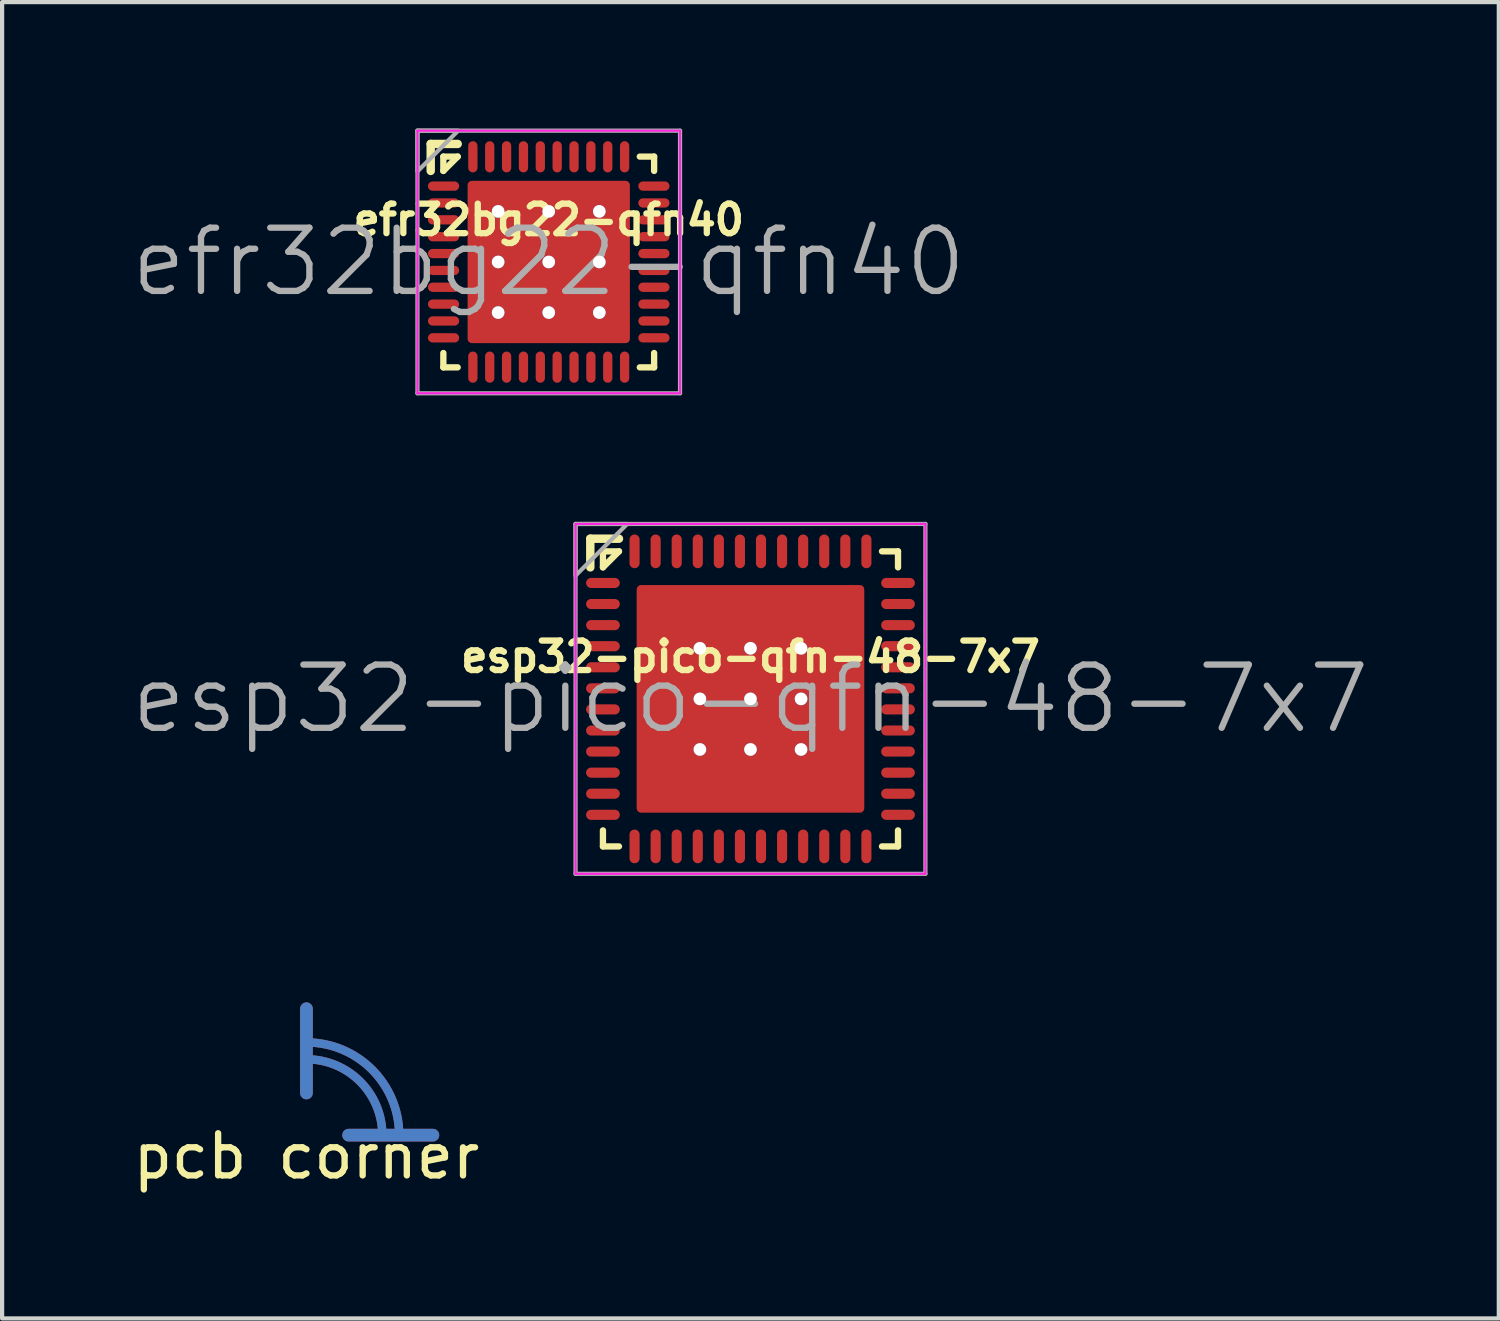
<source format=kicad_pcb>
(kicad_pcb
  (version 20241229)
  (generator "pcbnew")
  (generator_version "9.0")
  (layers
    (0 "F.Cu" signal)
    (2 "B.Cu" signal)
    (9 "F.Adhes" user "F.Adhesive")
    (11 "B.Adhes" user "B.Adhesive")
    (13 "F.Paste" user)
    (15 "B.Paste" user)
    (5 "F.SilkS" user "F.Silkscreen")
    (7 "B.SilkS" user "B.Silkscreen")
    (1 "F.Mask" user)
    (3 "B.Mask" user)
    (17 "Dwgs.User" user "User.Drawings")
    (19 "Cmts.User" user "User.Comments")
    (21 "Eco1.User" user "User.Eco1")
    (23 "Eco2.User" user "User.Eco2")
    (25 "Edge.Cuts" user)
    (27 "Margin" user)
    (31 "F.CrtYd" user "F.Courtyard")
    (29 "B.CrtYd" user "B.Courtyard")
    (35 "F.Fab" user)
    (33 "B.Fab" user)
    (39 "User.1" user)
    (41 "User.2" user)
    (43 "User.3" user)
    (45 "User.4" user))
  (footprint "pcb corner"
    (layer "F.Cu")
    (at 4.22 23.88)
    (property "Reference" "pcb corner" (at 0 0.5 0) (layer "F.SilkS") (effects (font (size 1 1) (thickness 0.15))))
    (attr through_hole)
    (fp_line (start 0 -3) (end 0 -1) (stroke (width 0.3) (type solid)) (layer "F.Cu"))
    (fp_line (start 1 0) (end 3 0) (stroke (width 0.3) (type solid)) (layer "F.Cu"))
    (fp_arc (start 0 -2.2) (mid 1.555635 -1.555635) (end 2.2 0) (stroke (width 0.2) (type solid)) (layer "F.Cu"))
    (fp_arc (start 0 -1.8) (mid 1.272792 -1.272792) (end 1.8 0) (stroke (width 0.2) (type solid)) (layer "F.Cu"))
    (fp_line (start 0 -3) (end 0 -1) (stroke (width 0.3) (type solid)) (layer "B.Cu"))
    (fp_line (start 1 0) (end 3 0) (stroke (width 0.3) (type solid)) (layer "B.Cu"))
    (fp_arc (start 0 -2.2) (mid 1.555635 -1.555635) (end 2.2 0) (stroke (width 0.2) (type solid)) (layer "B.Cu"))
    (fp_arc (start 0 -1.8) (mid 1.272792 -1.272792) (end 1.8 0) (stroke (width 0.2) (type solid)) (layer "B.Cu")))
  (footprint "esp32-pico-qfn-48-7x7"
    (layer "F.Cu")
    (at 14.754 13.53)
    (property "Reference" "esp32-pico-qfn-48-7x7" (at 0 -1 0) (layer "F.SilkS") (effects (font (size 0.7 0.7) (thickness 0.15))))
    (attr smd)
    (fp_line (start -3.8 -3.12) (end -3.8 -3.8) (stroke (width 0.2) (type solid)) (layer "F.SilkS"))
    (fp_line (start -3.5 -3.12) (end -3.5 -3.5) (stroke (width 0.15) (type solid)) (layer "F.SilkS"))
    (fp_line (start -3.5 -3.12) (end -3.12 -3.5) (stroke (width 0.15) (type solid)) (layer "F.SilkS"))
    (fp_line (start -3.5 3.12) (end -3.5 3.5) (stroke (width 0.15) (type solid)) (layer "F.SilkS"))
    (fp_line (start -3.12 -3.8) (end -3.8 -3.8) (stroke (width 0.2) (type solid)) (layer "F.SilkS"))
    (fp_line (start -3.12 -3.5) (end -3.5 -3.5) (stroke (width 0.15) (type solid)) (layer "F.SilkS"))
    (fp_line (start -3.12 3.5) (end -3.5 3.5) (stroke (width 0.15) (type solid)) (layer "F.SilkS"))
    (fp_line (start 3.12 -3.5) (end 3.5 -3.5) (stroke (width 0.15) (type solid)) (layer "F.SilkS"))
    (fp_line (start 3.12 3.5) (end 3.5 3.5) (stroke (width 0.15) (type solid)) (layer "F.SilkS"))
    (fp_line (start 3.5 -3.12) (end 3.5 -3.5) (stroke (width 0.15) (type solid)) (layer "F.SilkS"))
    (fp_line (start 3.5 3.12) (end 3.5 3.5) (stroke (width 0.15) (type solid)) (layer "F.SilkS"))
    (fp_line (start -4.15 -4.15) (end -4.15 4.15) (stroke (width 0.05) (type solid)) (layer "F.CrtYd"))
    (fp_line (start -4.15 4.15) (end 4.15 4.15) (stroke (width 0.05) (type solid)) (layer "F.CrtYd"))
    (fp_line (start 4.15 -4.15) (end -4.15 -4.15) (stroke (width 0.05) (type solid)) (layer "F.CrtYd"))
    (fp_line (start 4.15 4.15) (end 4.15 -4.15) (stroke (width 0.05) (type solid)) (layer "F.CrtYd"))
    (fp_line (start -4.15 -4.15) (end -4.15 4.15) (stroke (width 0.1) (type solid)) (layer "F.Fab"))
    (fp_line (start -4.15 4.15) (end 4.15 4.15) (stroke (width 0.1) (type solid)) (layer "F.Fab"))
    (fp_line (start 4.15 -4.15) (end -4.15 -4.15) (stroke (width 0.1) (type solid)) (layer "F.Fab"))
    (fp_line (start 4.15 4.15) (end 4.15 -4.15) (stroke (width 0.1) (type solid)) (layer "F.Fab"))
    (fp_poly (pts (xy -4.15 -4.15) (xy -2.925 -4.15) (xy -4.15 -2.925)) (stroke (width 0.1) (type solid)) (fill no) (layer "F.Fab"))
    (fp_text user "${REFERENCE}" (at 0 0 0) (layer "F.Fab") (effects (font (size 1.5 1.5) (thickness 0.15))))
    (pad "1" smd oval (at -3.5 -2.75) (size 0.8 0.24) (layers "F.Cu" "F.Mask" "F.Paste"))
    (pad "2" smd oval (at -3.5 -2.25) (size 0.8 0.24) (layers "F.Cu" "F.Mask" "F.Paste"))
    (pad "3" smd oval (at -3.5 -1.75) (size 0.8 0.24) (layers "F.Cu" "F.Mask" "F.Paste"))
    (pad "4" smd oval (at -3.5 -1.25) (size 0.8 0.24) (layers "F.Cu" "F.Mask" "F.Paste"))
    (pad "5" smd oval (at -3.5 -0.75) (size 0.8 0.24) (layers "F.Cu" "F.Mask" "F.Paste"))
    (pad "6" smd oval (at -3.5 -0.25) (size 0.8 0.24) (layers "F.Cu" "F.Mask" "F.Paste"))
    (pad "7" smd oval (at -3.5 0.25) (size 0.8 0.24) (layers "F.Cu" "F.Mask" "F.Paste"))
    (pad "8" smd oval (at -3.5 0.75) (size 0.8 0.24) (layers "F.Cu" "F.Mask" "F.Paste"))
    (pad "9" smd oval (at -3.5 1.25) (size 0.8 0.24) (layers "F.Cu" "F.Mask" "F.Paste"))
    (pad "10" smd oval (at -3.5 1.75) (size 0.8 0.24) (layers "F.Cu" "F.Mask" "F.Paste"))
    (pad "11" smd oval (at -3.5 2.25) (size 0.8 0.24) (layers "F.Cu" "F.Mask" "F.Paste"))
    (pad "12" smd oval (at -3.5 2.75) (size 0.8 0.24) (layers "F.Cu" "F.Mask" "F.Paste"))
    (pad "13" smd oval (at -2.75 3.5 90) (size 0.8 0.24) (layers "F.Cu" "F.Mask" "F.Paste"))
    (pad "14" smd oval (at -2.25 3.5 90) (size 0.8 0.24) (layers "F.Cu" "F.Mask" "F.Paste"))
    (pad "15" smd oval (at -1.75 3.5 90) (size 0.8 0.24) (layers "F.Cu" "F.Mask" "F.Paste"))
    (pad "16" smd oval (at -1.25 3.5 90) (size 0.8 0.24) (layers "F.Cu" "F.Mask" "F.Paste"))
    (pad "17" smd oval (at -0.75 3.5 90) (size 0.8 0.24) (layers "F.Cu" "F.Mask" "F.Paste"))
    (pad "18" smd oval (at -0.25 3.5 90) (size 0.8 0.24) (layers "F.Cu" "F.Mask" "F.Paste"))
    (pad "19" smd oval (at 0.25 3.5 90) (size 0.8 0.24) (layers "F.Cu" "F.Mask" "F.Paste"))
    (pad "20" smd oval (at 0.75 3.5 90) (size 0.8 0.24) (layers "F.Cu" "F.Mask" "F.Paste"))
    (pad "21" smd oval (at 1.25 3.5 90) (size 0.8 0.24) (layers "F.Cu" "F.Mask" "F.Paste"))
    (pad "22" smd oval (at 1.75 3.5 90) (size 0.8 0.24) (layers "F.Cu" "F.Mask" "F.Paste"))
    (pad "23" smd oval (at 2.25 3.5 90) (size 0.8 0.24) (layers "F.Cu" "F.Mask" "F.Paste"))
    (pad "24" smd oval (at 2.75 3.5 90) (size 0.8 0.24) (layers "F.Cu" "F.Mask" "F.Paste"))
    (pad "25" smd oval (at 3.5 2.75) (size 0.8 0.24) (layers "F.Cu" "F.Mask" "F.Paste"))
    (pad "26" smd oval (at 3.5 2.25) (size 0.8 0.24) (layers "F.Cu" "F.Mask" "F.Paste"))
    (pad "27" smd oval (at 3.5 1.75) (size 0.8 0.24) (layers "F.Cu" "F.Mask" "F.Paste"))
    (pad "28" smd oval (at 3.5 1.25) (size 0.8 0.24) (layers "F.Cu" "F.Mask" "F.Paste"))
    (pad "29" smd oval (at 3.5 0.75) (size 0.8 0.24) (layers "F.Cu" "F.Mask" "F.Paste"))
    (pad "30" smd oval (at 3.5 0.25) (size 0.8 0.24) (layers "F.Cu" "F.Mask" "F.Paste"))
    (pad "31" smd oval (at 3.5 -0.25) (size 0.8 0.24) (layers "F.Cu" "F.Mask" "F.Paste"))
    (pad "32" smd oval (at 3.5 -0.75) (size 0.8 0.24) (layers "F.Cu" "F.Mask" "F.Paste"))
    (pad "33" smd oval (at 3.5 -1.25) (size 0.8 0.24) (layers "F.Cu" "F.Mask" "F.Paste"))
    (pad "34" smd oval (at 3.5 -1.75) (size 0.8 0.24) (layers "F.Cu" "F.Mask" "F.Paste"))
    (pad "35" smd oval (at 3.5 -2.25) (size 0.8 0.24) (layers "F.Cu" "F.Mask" "F.Paste"))
    (pad "36" smd oval (at 3.5 -2.75) (size 0.8 0.24) (layers "F.Cu" "F.Mask" "F.Paste"))
    (pad "37" smd oval (at 2.75 -3.5 90) (size 0.8 0.24) (layers "F.Cu" "F.Mask" "F.Paste"))
    (pad "38" smd oval (at 2.25 -3.5 90) (size 0.8 0.24) (layers "F.Cu" "F.Mask" "F.Paste"))
    (pad "39" smd oval (at 1.75 -3.5 90) (size 0.8 0.24) (layers "F.Cu" "F.Mask" "F.Paste"))
    (pad "40" smd oval (at 1.25 -3.5 90) (size 0.8 0.24) (layers "F.Cu" "F.Mask" "F.Paste"))
    (pad "41" smd oval (at 0.75 -3.5 90) (size 0.8 0.24) (layers "F.Cu" "F.Mask" "F.Paste"))
    (pad "42" smd oval (at 0.25 -3.5 90) (size 0.8 0.24) (layers "F.Cu" "F.Mask" "F.Paste"))
    (pad "43" smd oval (at -0.25 -3.5 90) (size 0.8 0.24) (layers "F.Cu" "F.Mask" "F.Paste"))
    (pad "44" smd oval (at -0.75 -3.5 90) (size 0.8 0.24) (layers "F.Cu" "F.Mask" "F.Paste"))
    (pad "45" smd oval (at -1.25 -3.5 90) (size 0.8 0.24) (layers "F.Cu" "F.Mask" "F.Paste"))
    (pad "46" smd oval (at -1.75 -3.5 90) (size 0.8 0.24) (layers "F.Cu" "F.Mask" "F.Paste"))
    (pad "47" smd oval (at -2.25 -3.5 90) (size 0.8 0.24) (layers "F.Cu" "F.Mask" "F.Paste"))
    (pad "48" smd oval (at -2.75 -3.5 90) (size 0.8 0.24) (layers "F.Cu" "F.Mask" "F.Paste"))
    (pad "FLAG" smd roundrect (at -2.083 -2.083) (size 1.088 1.088) (layers "F.Cu" "F.Paste") (roundrect_rratio 0.069))
    (pad "FLAG" smd roundrect (at -2.083 -0.694) (size 1.088 1.088) (layers "F.Cu" "F.Paste") (roundrect_rratio 0.069))
    (pad "FLAG" smd roundrect (at -2.083 0.694) (size 1.088 1.088) (layers "F.Cu" "F.Paste") (roundrect_rratio 0.069))
    (pad "FLAG" smd roundrect (at -2.083 2.083) (size 1.088 1.088) (layers "F.Cu" "F.Paste") (roundrect_rratio 0.069))
    (pad "FLAG" thru_hole circle (at -1.2 -1.2) (size 0.3 0.3) (drill 0.3) (layers "*.Cu"))
    (pad "FLAG" thru_hole circle (at -1.2 0) (size 0.3 0.3) (drill 0.3) (layers "*.Cu"))
    (pad "FLAG" thru_hole circle (at -1.2 1.2) (size 0.3 0.3) (drill 0.3) (layers "*.Cu"))
    (pad "FLAG" smd roundrect (at -0.694 -2.083) (size 1.088 1.088) (layers "F.Cu" "F.Paste") (roundrect_rratio 0.069))
    (pad "FLAG" smd roundrect (at -0.694 -0.694) (size 1.088 1.088) (layers "F.Cu" "F.Paste") (roundrect_rratio 0.069))
    (pad "FLAG" smd roundrect (at -0.694 0.694) (size 1.088 1.088) (layers "F.Cu" "F.Paste") (roundrect_rratio 0.069))
    (pad "FLAG" smd roundrect (at -0.694 2.083) (size 1.088 1.088) (layers "F.Cu" "F.Paste") (roundrect_rratio 0.069))
    (pad "FLAG" thru_hole circle (at 0 -1.2) (size 0.3 0.3) (drill 0.3) (layers "*.Cu"))
    (pad "FLAG" thru_hole circle (at 0 0) (size 0.3 0.3) (drill 0.3) (layers "*.Cu"))
    (pad "FLAG" smd roundrect (at 0 0) (size 5.4 5.4) (layers "F.Cu" "F.Mask") (roundrect_rratio 0.019))
    (pad "FLAG" thru_hole circle (at 0 1.2) (size 0.3 0.3) (drill 0.3) (layers "*.Cu"))
    (pad "FLAG" smd roundrect (at 0.694 -2.083) (size 1.088 1.088) (layers "F.Cu" "F.Paste") (roundrect_rratio 0.069))
    (pad "FLAG" smd roundrect (at 0.694 -0.694) (size 1.088 1.088) (layers "F.Cu" "F.Paste") (roundrect_rratio 0.069))
    (pad "FLAG" smd roundrect (at 0.694 0.694) (size 1.088 1.088) (layers "F.Cu" "F.Paste") (roundrect_rratio 0.069))
    (pad "FLAG" smd roundrect (at 0.694 2.083) (size 1.088 1.088) (layers "F.Cu" "F.Paste") (roundrect_rratio 0.069))
    (pad "FLAG" thru_hole circle (at 1.2 -1.2) (size 0.3 0.3) (drill 0.3) (layers "*.Cu"))
    (pad "FLAG" thru_hole circle (at 1.2 0) (size 0.3 0.3) (drill 0.3) (layers "*.Cu"))
    (pad "FLAG" thru_hole circle (at 1.2 1.2) (size 0.3 0.3) (drill 0.3) (layers "*.Cu"))
    (pad "FLAG" smd roundrect (at 2.083 -2.083) (size 1.088 1.088) (layers "F.Cu" "F.Paste") (roundrect_rratio 0.069))
    (pad "FLAG" smd roundrect (at 2.083 -0.694) (size 1.088 1.088) (layers "F.Cu" "F.Paste") (roundrect_rratio 0.069))
    (pad "FLAG" smd roundrect (at 2.083 0.694) (size 1.088 1.088) (layers "F.Cu" "F.Paste") (roundrect_rratio 0.069))
    (pad "FLAG" smd roundrect (at 2.083 2.083) (size 1.088 1.088) (layers "F.Cu" "F.Paste") (roundrect_rratio 0.069)))
  (footprint "efr32bg22-qfn40"
    (layer "F.Cu")
    (at 9.968 3.165)
    (property "Reference" "efr32bg22-qfn40" (at 0 -1 0) (layer "F.SilkS") (effects (font (size 0.7 0.7) (thickness 0.15))))
    (attr smd)
    (fp_line (start -2.8 -2.16) (end -2.8 -2.8) (stroke (width 0.2) (type solid)) (layer "F.SilkS"))
    (fp_line (start -2.5 -2.16) (end -2.5 -2.5) (stroke (width 0.15) (type solid)) (layer "F.SilkS"))
    (fp_line (start -2.5 -2.16) (end -2.16 -2.5) (stroke (width 0.15) (type solid)) (layer "F.SilkS"))
    (fp_line (start -2.5 2.16) (end -2.5 2.5) (stroke (width 0.15) (type solid)) (layer "F.SilkS"))
    (fp_line (start -2.16 -2.8) (end -2.8 -2.8) (stroke (width 0.2) (type solid)) (layer "F.SilkS"))
    (fp_line (start -2.16 -2.5) (end -2.5 -2.5) (stroke (width 0.15) (type solid)) (layer "F.SilkS"))
    (fp_line (start -2.16 2.5) (end -2.5 2.5) (stroke (width 0.15) (type solid)) (layer "F.SilkS"))
    (fp_line (start 2.16 -2.5) (end 2.5 -2.5) (stroke (width 0.15) (type solid)) (layer "F.SilkS"))
    (fp_line (start 2.16 2.5) (end 2.5 2.5) (stroke (width 0.15) (type solid)) (layer "F.SilkS"))
    (fp_line (start 2.5 -2.16) (end 2.5 -2.5) (stroke (width 0.15) (type solid)) (layer "F.SilkS"))
    (fp_line (start 2.5 2.16) (end 2.5 2.5) (stroke (width 0.15) (type solid)) (layer "F.SilkS"))
    (fp_line (start -3.115 -3.115) (end -3.115 3.115) (stroke (width 0.05) (type solid)) (layer "F.CrtYd"))
    (fp_line (start -3.115 3.115) (end 3.115 3.115) (stroke (width 0.05) (type solid)) (layer "F.CrtYd"))
    (fp_line (start 3.115 -3.115) (end -3.115 -3.115) (stroke (width 0.05) (type solid)) (layer "F.CrtYd"))
    (fp_line (start 3.115 3.115) (end 3.115 -3.115) (stroke (width 0.05) (type solid)) (layer "F.CrtYd"))
    (fp_line (start -3.115 -3.115) (end -3.115 3.115) (stroke (width 0.1) (type solid)) (layer "F.Fab"))
    (fp_line (start -3.115 3.115) (end 3.115 3.115) (stroke (width 0.1) (type solid)) (layer "F.Fab"))
    (fp_line (start 3.115 -3.115) (end -3.115 -3.115) (stroke (width 0.1) (type solid)) (layer "F.Fab"))
    (fp_line (start 3.115 3.115) (end 3.115 -3.115) (stroke (width 0.1) (type solid)) (layer "F.Fab"))
    (fp_poly (pts (xy -3.115 -3.115) (xy -2.149 -3.115) (xy -3.115 -2.149)) (stroke (width 0.1) (type solid)) (fill no) (layer "F.Fab"))
    (fp_text user "${REFERENCE}" (at 0 0 0) (layer "F.Fab") (effects (font (size 1.5 1.5) (thickness 0.15))))
    (pad "1" smd oval (at -2.495 -1.8) (size 0.74 0.22) (layers "F.Cu" "F.Mask" "F.Paste"))
    (pad "2" smd oval (at -2.495 -1.4) (size 0.74 0.22) (layers "F.Cu" "F.Mask" "F.Paste"))
    (pad "3" smd oval (at -2.495 -1) (size 0.74 0.22) (layers "F.Cu" "F.Mask" "F.Paste"))
    (pad "4" smd oval (at -2.495 -0.6) (size 0.74 0.22) (layers "F.Cu" "F.Mask" "F.Paste"))
    (pad "5" smd oval (at -2.495 -0.2) (size 0.74 0.22) (layers "F.Cu" "F.Mask" "F.Paste"))
    (pad "6" smd oval (at -2.495 0.2) (size 0.74 0.22) (layers "F.Cu" "F.Mask" "F.Paste"))
    (pad "7" smd oval (at -2.495 0.6) (size 0.74 0.22) (layers "F.Cu" "F.Mask" "F.Paste"))
    (pad "8" smd oval (at -2.495 1) (size 0.74 0.22) (layers "F.Cu" "F.Mask" "F.Paste"))
    (pad "9" smd oval (at -2.495 1.4) (size 0.74 0.22) (layers "F.Cu" "F.Mask" "F.Paste"))
    (pad "10" smd oval (at -2.495 1.8) (size 0.74 0.22) (layers "F.Cu" "F.Mask" "F.Paste"))
    (pad "11" smd oval (at -1.8 2.495 90) (size 0.74 0.22) (layers "F.Cu" "F.Mask" "F.Paste"))
    (pad "12" smd oval (at -1.4 2.495 90) (size 0.74 0.22) (layers "F.Cu" "F.Mask" "F.Paste"))
    (pad "13" smd oval (at -1 2.495 90) (size 0.74 0.22) (layers "F.Cu" "F.Mask" "F.Paste"))
    (pad "14" smd oval (at -0.6 2.495 90) (size 0.74 0.22) (layers "F.Cu" "F.Mask" "F.Paste"))
    (pad "15" smd oval (at -0.2 2.495 90) (size 0.74 0.22) (layers "F.Cu" "F.Mask" "F.Paste"))
    (pad "16" smd oval (at 0.2 2.495 90) (size 0.74 0.22) (layers "F.Cu" "F.Mask" "F.Paste"))
    (pad "17" smd oval (at 0.6 2.495 90) (size 0.74 0.22) (layers "F.Cu" "F.Mask" "F.Paste"))
    (pad "18" smd oval (at 1 2.495 90) (size 0.74 0.22) (layers "F.Cu" "F.Mask" "F.Paste"))
    (pad "19" smd oval (at 1.4 2.495 90) (size 0.74 0.22) (layers "F.Cu" "F.Mask" "F.Paste"))
    (pad "20" smd oval (at 1.8 2.495 90) (size 0.74 0.22) (layers "F.Cu" "F.Mask" "F.Paste"))
    (pad "21" smd oval (at 2.495 1.8) (size 0.74 0.22) (layers "F.Cu" "F.Mask" "F.Paste"))
    (pad "22" smd oval (at 2.495 1.4) (size 0.74 0.22) (layers "F.Cu" "F.Mask" "F.Paste"))
    (pad "23" smd oval (at 2.495 1) (size 0.74 0.22) (layers "F.Cu" "F.Mask" "F.Paste"))
    (pad "24" smd oval (at 2.495 0.6) (size 0.74 0.22) (layers "F.Cu" "F.Mask" "F.Paste"))
    (pad "25" smd oval (at 2.495 0.2) (size 0.74 0.22) (layers "F.Cu" "F.Mask" "F.Paste"))
    (pad "26" smd oval (at 2.495 -0.2) (size 0.74 0.22) (layers "F.Cu" "F.Mask" "F.Paste"))
    (pad "27" smd oval (at 2.495 -0.6) (size 0.74 0.22) (layers "F.Cu" "F.Mask" "F.Paste"))
    (pad "28" smd oval (at 2.495 -1) (size 0.74 0.22) (layers "F.Cu" "F.Mask" "F.Paste"))
    (pad "29" smd oval (at 2.495 -1.4) (size 0.74 0.22) (layers "F.Cu" "F.Mask" "F.Paste"))
    (pad "30" smd oval (at 2.495 -1.8) (size 0.74 0.22) (layers "F.Cu" "F.Mask" "F.Paste"))
    (pad "31" smd oval (at 1.8 -2.495 90) (size 0.74 0.22) (layers "F.Cu" "F.Mask" "F.Paste"))
    (pad "32" smd oval (at 1.4 -2.495 90) (size 0.74 0.22) (layers "F.Cu" "F.Mask" "F.Paste"))
    (pad "33" smd oval (at 1 -2.495 90) (size 0.74 0.22) (layers "F.Cu" "F.Mask" "F.Paste"))
    (pad "34" smd oval (at 0.6 -2.495 90) (size 0.74 0.22) (layers "F.Cu" "F.Mask" "F.Paste"))
    (pad "35" smd oval (at 0.2 -2.495 90) (size 0.74 0.22) (layers "F.Cu" "F.Mask" "F.Paste"))
    (pad "36" smd oval (at -0.2 -2.495 90) (size 0.74 0.22) (layers "F.Cu" "F.Mask" "F.Paste"))
    (pad "37" smd oval (at -0.6 -2.495 90) (size 0.74 0.22) (layers "F.Cu" "F.Mask" "F.Paste"))
    (pad "38" smd oval (at -1 -2.495 90) (size 0.74 0.22) (layers "F.Cu" "F.Mask" "F.Paste"))
    (pad "39" smd oval (at -1.4 -2.495 90) (size 0.74 0.22) (layers "F.Cu" "F.Mask" "F.Paste"))
    (pad "40" smd oval (at -1.8 -2.495 90) (size 0.74 0.22) (layers "F.Cu" "F.Mask" "F.Paste"))
    (pad "FLAG" smd roundrect (at -1.471 -1.471) (size 0.681 0.681) (layers "F.Cu" "F.Paste") (roundrect_rratio 0.11))
    (pad "FLAG" smd roundrect (at -1.471 -0.49) (size 0.681 0.681) (layers "F.Cu" "F.Paste") (roundrect_rratio 0.11))
    (pad "FLAG" smd roundrect (at -1.471 0.49) (size 0.681 0.681) (layers "F.Cu" "F.Paste") (roundrect_rratio 0.11))
    (pad "FLAG" smd roundrect (at -1.471 1.471) (size 0.681 0.681) (layers "F.Cu" "F.Paste") (roundrect_rratio 0.11))
    (pad "FLAG" thru_hole circle (at -1.2 -1.2) (size 0.3 0.3) (drill 0.3) (layers "*.Cu"))
    (pad "FLAG" thru_hole circle (at -1.2 0) (size 0.3 0.3) (drill 0.3) (layers "*.Cu"))
    (pad "FLAG" thru_hole circle (at -1.2 1.2) (size 0.3 0.3) (drill 0.3) (layers "*.Cu"))
    (pad "FLAG" smd roundrect (at -0.49 -1.471) (size 0.681 0.681) (layers "F.Cu" "F.Paste") (roundrect_rratio 0.11))
    (pad "FLAG" smd roundrect (at -0.49 -0.49) (size 0.681 0.681) (layers "F.Cu" "F.Paste") (roundrect_rratio 0.11))
    (pad "FLAG" smd roundrect (at -0.49 0.49) (size 0.681 0.681) (layers "F.Cu" "F.Paste") (roundrect_rratio 0.11))
    (pad "FLAG" smd roundrect (at -0.49 1.471) (size 0.681 0.681) (layers "F.Cu" "F.Paste") (roundrect_rratio 0.11))
    (pad "FLAG" thru_hole circle (at 0 -1.2) (size 0.3 0.3) (drill 0.3) (layers "*.Cu"))
    (pad "FLAG" thru_hole circle (at 0 0) (size 0.3 0.3) (drill 0.3) (layers "*.Cu"))
    (pad "FLAG" smd roundrect (at 0 0) (size 3.85 3.85) (layers "F.Cu" "F.Mask") (roundrect_rratio 0.026))
    (pad "FLAG" thru_hole circle (at 0 1.2) (size 0.3 0.3) (drill 0.3) (layers "*.Cu"))
    (pad "FLAG" smd roundrect (at 0.49 -1.471) (size 0.681 0.681) (layers "F.Cu" "F.Paste") (roundrect_rratio 0.11))
    (pad "FLAG" smd roundrect (at 0.49 -0.49) (size 0.681 0.681) (layers "F.Cu" "F.Paste") (roundrect_rratio 0.11))
    (pad "FLAG" smd roundrect (at 0.49 0.49) (size 0.681 0.681) (layers "F.Cu" "F.Paste") (roundrect_rratio 0.11))
    (pad "FLAG" smd roundrect (at 0.49 1.471) (size 0.681 0.681) (layers "F.Cu" "F.Paste") (roundrect_rratio 0.11))
    (pad "FLAG" thru_hole circle (at 1.2 -1.2) (size 0.3 0.3) (drill 0.3) (layers "*.Cu"))
    (pad "FLAG" thru_hole circle (at 1.2 0) (size 0.3 0.3) (drill 0.3) (layers "*.Cu"))
    (pad "FLAG" thru_hole circle (at 1.2 1.2) (size 0.3 0.3) (drill 0.3) (layers "*.Cu"))
    (pad "FLAG" smd roundrect (at 1.471 -1.471) (size 0.681 0.681) (layers "F.Cu" "F.Paste") (roundrect_rratio 0.11))
    (pad "FLAG" smd roundrect (at 1.471 -0.49) (size 0.681 0.681) (layers "F.Cu" "F.Paste") (roundrect_rratio 0.11))
    (pad "FLAG" smd roundrect (at 1.471 0.49) (size 0.681 0.681) (layers "F.Cu" "F.Paste") (roundrect_rratio 0.11))
    (pad "FLAG" smd roundrect (at 1.471 1.471) (size 0.681 0.681) (layers "F.Cu" "F.Paste") (roundrect_rratio 0.11)))
  (gr_rect
    (start -3 -3)
    (end 32.507 28.228)
    (stroke (width 0.1) (type default))
    (fill no)
    (layer "Edge.Cuts")))
</source>
